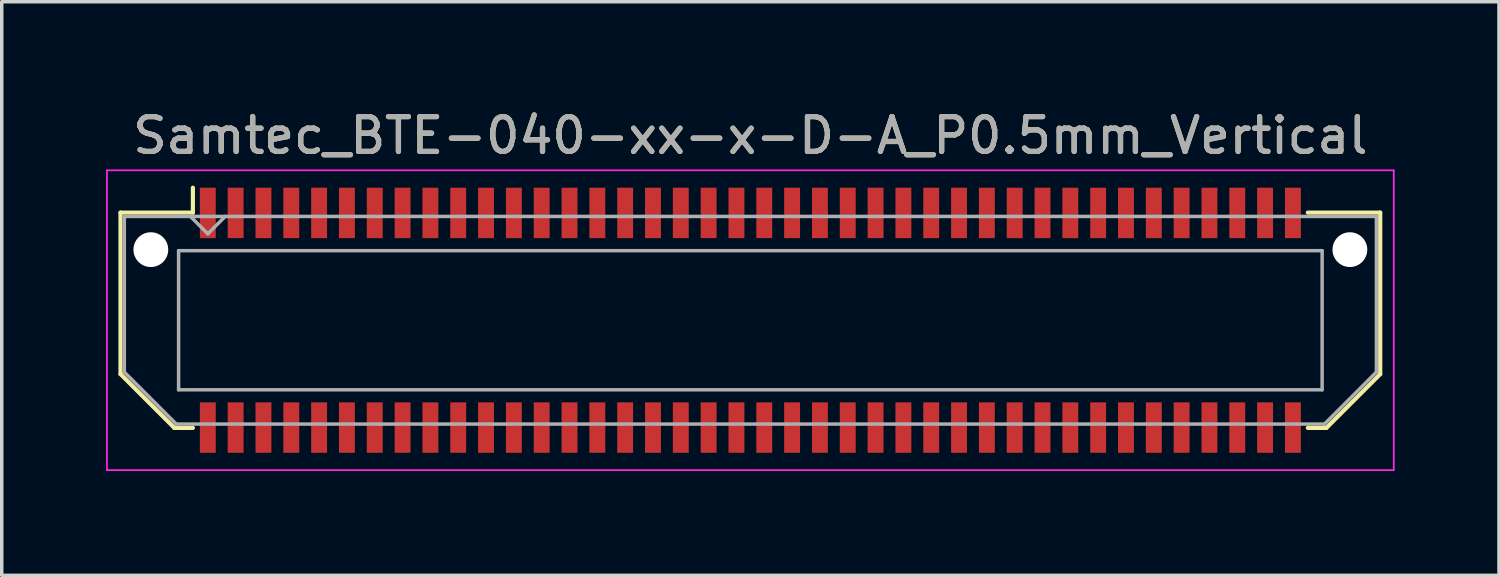
<source format=kicad_pcb>
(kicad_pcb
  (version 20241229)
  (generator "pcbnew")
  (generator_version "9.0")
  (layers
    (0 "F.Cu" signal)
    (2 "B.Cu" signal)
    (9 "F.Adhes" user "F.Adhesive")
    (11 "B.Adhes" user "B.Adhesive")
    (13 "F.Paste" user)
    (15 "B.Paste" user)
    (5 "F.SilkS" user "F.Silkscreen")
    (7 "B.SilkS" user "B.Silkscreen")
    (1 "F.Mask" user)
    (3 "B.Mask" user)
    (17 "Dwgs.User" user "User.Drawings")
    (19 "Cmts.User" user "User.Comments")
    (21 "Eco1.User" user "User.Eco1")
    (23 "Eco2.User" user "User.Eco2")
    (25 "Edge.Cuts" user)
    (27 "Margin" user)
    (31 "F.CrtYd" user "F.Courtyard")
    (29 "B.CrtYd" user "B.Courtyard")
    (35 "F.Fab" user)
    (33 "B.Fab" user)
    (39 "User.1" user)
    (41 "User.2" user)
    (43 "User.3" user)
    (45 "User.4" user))
  (footprint "Samtec_BTE-040-xx-x-D-A_P0.5mm_Vertical"
    (layer "F.Cu")
    (at 18.525 6.158)
    (property "Reference" "Samtec_BTE-040-xx-x-D-A_P0.5mm_Vertical" (at 0 -5.31 0) (layer "F.SilkS") (effects (font (size 1 1) (thickness 0.15))))
    (attr smd)
    (fp_line (start -18.11 -3.095) (end -18.11 1.548) (stroke (width 0.12) (type solid)) (layer "F.SilkS"))
    (fp_line (start -18.11 1.548) (end -16.562 3.095) (stroke (width 0.12) (type solid)) (layer "F.SilkS"))
    (fp_line (start -16.562 3.095) (end -16.029 3.095) (stroke (width 0.12) (type solid)) (layer "F.SilkS"))
    (fp_line (start -16.029 -3.811) (end -16.029 -3.095) (stroke (width 0.12) (type solid)) (layer "F.SilkS"))
    (fp_line (start -16.029 -3.095) (end -18.11 -3.095) (stroke (width 0.12) (type solid)) (layer "F.SilkS"))
    (fp_line (start 16.029 -3.095) (end 18.11 -3.095) (stroke (width 0.12) (type solid)) (layer "F.SilkS"))
    (fp_line (start 16.562 3.095) (end 16.029 3.095) (stroke (width 0.12) (type solid)) (layer "F.SilkS"))
    (fp_line (start 18.11 -3.095) (end 18.11 1.548) (stroke (width 0.12) (type solid)) (layer "F.SilkS"))
    (fp_line (start 18.11 1.548) (end 16.562 3.095) (stroke (width 0.12) (type solid)) (layer "F.SilkS"))
    (fp_line (start -18.5 -4.31) (end -18.5 4.31) (stroke (width 0.05) (type solid)) (layer "F.CrtYd"))
    (fp_line (start -18.5 4.31) (end 18.5 4.31) (stroke (width 0.05) (type solid)) (layer "F.CrtYd"))
    (fp_line (start 18.5 -4.31) (end -18.5 -4.31) (stroke (width 0.05) (type solid)) (layer "F.CrtYd"))
    (fp_line (start 18.5 4.31) (end 18.5 -4.31) (stroke (width 0.05) (type solid)) (layer "F.CrtYd"))
    (fp_line (start -18 -2.985) (end -18 1.492) (stroke (width 0.1) (type solid)) (layer "F.Fab"))
    (fp_line (start -18 -2.985) (end 18 -2.985) (stroke (width 0.1) (type solid)) (layer "F.Fab"))
    (fp_line (start -18 1.492) (end -16.508 2.985) (stroke (width 0.1) (type solid)) (layer "F.Fab"))
    (fp_line (start -16.508 2.985) (end 16.508 2.985) (stroke (width 0.1) (type solid)) (layer "F.Fab"))
    (fp_line (start -16.44 -2) (end -16.44 2) (stroke (width 0.1) (type solid)) (layer "F.Fab"))
    (fp_line (start -16.44 2) (end 16.44 2) (stroke (width 0.1) (type solid)) (layer "F.Fab"))
    (fp_line (start -15.6 -2.485) (end -16.1 -2.985) (stroke (width 0.1) (type solid)) (layer "F.Fab"))
    (fp_line (start -15.1 -2.985) (end -15.6 -2.485) (stroke (width 0.1) (type solid)) (layer "F.Fab"))
    (fp_line (start 16.44 -2) (end -16.44 -2) (stroke (width 0.1) (type solid)) (layer "F.Fab"))
    (fp_line (start 16.44 2) (end 16.44 -2) (stroke (width 0.1) (type solid)) (layer "F.Fab"))
    (fp_line (start 18 -2.985) (end 18 1.492) (stroke (width 0.1) (type solid)) (layer "F.Fab"))
    (fp_line (start 18 1.492) (end 16.508 2.985) (stroke (width 0.1) (type solid)) (layer "F.Fab"))
    (fp_text user "${REFERENCE}" (at 0 -5.31 0) (layer "F.Fab") (effects (font (size 1 1) (thickness 0.15))))
    (pad "" np_thru_hole circle (at -17.238 -2.03) (size 1 1) (drill 1) (layers "*.Cu" "*.Mask"))
    (pad "" np_thru_hole circle (at 17.238 -2.03) (size 1 1) (drill 1) (layers "*.Cu" "*.Mask"))
    (pad "1" smd rect (at -15.6 -3.086) (size 0.457 1.45) (layers "F.Cu" "F.Mask" "F.Paste"))
    (pad "2" smd rect (at -15.6 3.086) (size 0.457 1.45) (layers "F.Cu" "F.Mask" "F.Paste"))
    (pad "3" smd rect (at -14.8 -3.086) (size 0.457 1.45) (layers "F.Cu" "F.Mask" "F.Paste"))
    (pad "4" smd rect (at -14.8 3.086) (size 0.457 1.45) (layers "F.Cu" "F.Mask" "F.Paste"))
    (pad "5" smd rect (at -14 -3.086) (size 0.457 1.45) (layers "F.Cu" "F.Mask" "F.Paste"))
    (pad "6" smd rect (at -14 3.086) (size 0.457 1.45) (layers "F.Cu" "F.Mask" "F.Paste"))
    (pad "7" smd rect (at -13.2 -3.086) (size 0.457 1.45) (layers "F.Cu" "F.Mask" "F.Paste"))
    (pad "8" smd rect (at -13.2 3.086) (size 0.457 1.45) (layers "F.Cu" "F.Mask" "F.Paste"))
    (pad "9" smd rect (at -12.4 -3.086) (size 0.457 1.45) (layers "F.Cu" "F.Mask" "F.Paste"))
    (pad "10" smd rect (at -12.4 3.086) (size 0.457 1.45) (layers "F.Cu" "F.Mask" "F.Paste"))
    (pad "11" smd rect (at -11.6 -3.086) (size 0.457 1.45) (layers "F.Cu" "F.Mask" "F.Paste"))
    (pad "12" smd rect (at -11.6 3.086) (size 0.457 1.45) (layers "F.Cu" "F.Mask" "F.Paste"))
    (pad "13" smd rect (at -10.8 -3.086) (size 0.457 1.45) (layers "F.Cu" "F.Mask" "F.Paste"))
    (pad "14" smd rect (at -10.8 3.086) (size 0.457 1.45) (layers "F.Cu" "F.Mask" "F.Paste"))
    (pad "15" smd rect (at -10 -3.086) (size 0.457 1.45) (layers "F.Cu" "F.Mask" "F.Paste"))
    (pad "16" smd rect (at -10 3.086) (size 0.457 1.45) (layers "F.Cu" "F.Mask" "F.Paste"))
    (pad "17" smd rect (at -9.2 -3.086) (size 0.457 1.45) (layers "F.Cu" "F.Mask" "F.Paste"))
    (pad "18" smd rect (at -9.2 3.086) (size 0.457 1.45) (layers "F.Cu" "F.Mask" "F.Paste"))
    (pad "19" smd rect (at -8.4 -3.086) (size 0.457 1.45) (layers "F.Cu" "F.Mask" "F.Paste"))
    (pad "20" smd rect (at -8.4 3.086) (size 0.457 1.45) (layers "F.Cu" "F.Mask" "F.Paste"))
    (pad "21" smd rect (at -7.6 -3.086) (size 0.457 1.45) (layers "F.Cu" "F.Mask" "F.Paste"))
    (pad "22" smd rect (at -7.6 3.086) (size 0.457 1.45) (layers "F.Cu" "F.Mask" "F.Paste"))
    (pad "23" smd rect (at -6.8 -3.086) (size 0.457 1.45) (layers "F.Cu" "F.Mask" "F.Paste"))
    (pad "24" smd rect (at -6.8 3.086) (size 0.457 1.45) (layers "F.Cu" "F.Mask" "F.Paste"))
    (pad "25" smd rect (at -6 -3.086) (size 0.457 1.45) (layers "F.Cu" "F.Mask" "F.Paste"))
    (pad "26" smd rect (at -6 3.086) (size 0.457 1.45) (layers "F.Cu" "F.Mask" "F.Paste"))
    (pad "27" smd rect (at -5.2 -3.086) (size 0.457 1.45) (layers "F.Cu" "F.Mask" "F.Paste"))
    (pad "28" smd rect (at -5.2 3.086) (size 0.457 1.45) (layers "F.Cu" "F.Mask" "F.Paste"))
    (pad "29" smd rect (at -4.4 -3.086) (size 0.457 1.45) (layers "F.Cu" "F.Mask" "F.Paste"))
    (pad "30" smd rect (at -4.4 3.086) (size 0.457 1.45) (layers "F.Cu" "F.Mask" "F.Paste"))
    (pad "31" smd rect (at -3.6 -3.086) (size 0.457 1.45) (layers "F.Cu" "F.Mask" "F.Paste"))
    (pad "32" smd rect (at -3.6 3.086) (size 0.457 1.45) (layers "F.Cu" "F.Mask" "F.Paste"))
    (pad "33" smd rect (at -2.8 -3.086) (size 0.457 1.45) (layers "F.Cu" "F.Mask" "F.Paste"))
    (pad "34" smd rect (at -2.8 3.086) (size 0.457 1.45) (layers "F.Cu" "F.Mask" "F.Paste"))
    (pad "35" smd rect (at -2 -3.086) (size 0.457 1.45) (layers "F.Cu" "F.Mask" "F.Paste"))
    (pad "36" smd rect (at -2 3.086) (size 0.457 1.45) (layers "F.Cu" "F.Mask" "F.Paste"))
    (pad "37" smd rect (at -1.2 -3.086) (size 0.457 1.45) (layers "F.Cu" "F.Mask" "F.Paste"))
    (pad "38" smd rect (at -1.2 3.086) (size 0.457 1.45) (layers "F.Cu" "F.Mask" "F.Paste"))
    (pad "39" smd rect (at -0.4 -3.086) (size 0.457 1.45) (layers "F.Cu" "F.Mask" "F.Paste"))
    (pad "40" smd rect (at -0.4 3.086) (size 0.457 1.45) (layers "F.Cu" "F.Mask" "F.Paste"))
    (pad "41" smd rect (at 0.4 -3.086) (size 0.457 1.45) (layers "F.Cu" "F.Mask" "F.Paste"))
    (pad "42" smd rect (at 0.4 3.086) (size 0.457 1.45) (layers "F.Cu" "F.Mask" "F.Paste"))
    (pad "43" smd rect (at 1.2 -3.086) (size 0.457 1.45) (layers "F.Cu" "F.Mask" "F.Paste"))
    (pad "44" smd rect (at 1.2 3.086) (size 0.457 1.45) (layers "F.Cu" "F.Mask" "F.Paste"))
    (pad "45" smd rect (at 2 -3.086) (size 0.457 1.45) (layers "F.Cu" "F.Mask" "F.Paste"))
    (pad "46" smd rect (at 2 3.086) (size 0.457 1.45) (layers "F.Cu" "F.Mask" "F.Paste"))
    (pad "47" smd rect (at 2.8 -3.086) (size 0.457 1.45) (layers "F.Cu" "F.Mask" "F.Paste"))
    (pad "48" smd rect (at 2.8 3.086) (size 0.457 1.45) (layers "F.Cu" "F.Mask" "F.Paste"))
    (pad "49" smd rect (at 3.6 -3.086) (size 0.457 1.45) (layers "F.Cu" "F.Mask" "F.Paste"))
    (pad "50" smd rect (at 3.6 3.086) (size 0.457 1.45) (layers "F.Cu" "F.Mask" "F.Paste"))
    (pad "51" smd rect (at 4.4 -3.086) (size 0.457 1.45) (layers "F.Cu" "F.Mask" "F.Paste"))
    (pad "52" smd rect (at 4.4 3.086) (size 0.457 1.45) (layers "F.Cu" "F.Mask" "F.Paste"))
    (pad "53" smd rect (at 5.2 -3.086) (size 0.457 1.45) (layers "F.Cu" "F.Mask" "F.Paste"))
    (pad "54" smd rect (at 5.2 3.086) (size 0.457 1.45) (layers "F.Cu" "F.Mask" "F.Paste"))
    (pad "55" smd rect (at 6 -3.086) (size 0.457 1.45) (layers "F.Cu" "F.Mask" "F.Paste"))
    (pad "56" smd rect (at 6 3.086) (size 0.457 1.45) (layers "F.Cu" "F.Mask" "F.Paste"))
    (pad "57" smd rect (at 6.8 -3.086) (size 0.457 1.45) (layers "F.Cu" "F.Mask" "F.Paste"))
    (pad "58" smd rect (at 6.8 3.086) (size 0.457 1.45) (layers "F.Cu" "F.Mask" "F.Paste"))
    (pad "59" smd rect (at 7.6 -3.086) (size 0.457 1.45) (layers "F.Cu" "F.Mask" "F.Paste"))
    (pad "60" smd rect (at 7.6 3.086) (size 0.457 1.45) (layers "F.Cu" "F.Mask" "F.Paste"))
    (pad "61" smd rect (at 8.4 -3.086) (size 0.457 1.45) (layers "F.Cu" "F.Mask" "F.Paste"))
    (pad "62" smd rect (at 8.4 3.086) (size 0.457 1.45) (layers "F.Cu" "F.Mask" "F.Paste"))
    (pad "63" smd rect (at 9.2 -3.086) (size 0.457 1.45) (layers "F.Cu" "F.Mask" "F.Paste"))
    (pad "64" smd rect (at 9.2 3.086) (size 0.457 1.45) (layers "F.Cu" "F.Mask" "F.Paste"))
    (pad "65" smd rect (at 10 -3.086) (size 0.457 1.45) (layers "F.Cu" "F.Mask" "F.Paste"))
    (pad "66" smd rect (at 10 3.086) (size 0.457 1.45) (layers "F.Cu" "F.Mask" "F.Paste"))
    (pad "67" smd rect (at 10.8 -3.086) (size 0.457 1.45) (layers "F.Cu" "F.Mask" "F.Paste"))
    (pad "68" smd rect (at 10.8 3.086) (size 0.457 1.45) (layers "F.Cu" "F.Mask" "F.Paste"))
    (pad "69" smd rect (at 11.6 -3.086) (size 0.457 1.45) (layers "F.Cu" "F.Mask" "F.Paste"))
    (pad "70" smd rect (at 11.6 3.086) (size 0.457 1.45) (layers "F.Cu" "F.Mask" "F.Paste"))
    (pad "71" smd rect (at 12.4 -3.086) (size 0.457 1.45) (layers "F.Cu" "F.Mask" "F.Paste"))
    (pad "72" smd rect (at 12.4 3.086) (size 0.457 1.45) (layers "F.Cu" "F.Mask" "F.Paste"))
    (pad "73" smd rect (at 13.2 -3.086) (size 0.457 1.45) (layers "F.Cu" "F.Mask" "F.Paste"))
    (pad "74" smd rect (at 13.2 3.086) (size 0.457 1.45) (layers "F.Cu" "F.Mask" "F.Paste"))
    (pad "75" smd rect (at 14 -3.086) (size 0.457 1.45) (layers "F.Cu" "F.Mask" "F.Paste"))
    (pad "76" smd rect (at 14 3.086) (size 0.457 1.45) (layers "F.Cu" "F.Mask" "F.Paste"))
    (pad "77" smd rect (at 14.8 -3.086) (size 0.457 1.45) (layers "F.Cu" "F.Mask" "F.Paste"))
    (pad "78" smd rect (at 14.8 3.086) (size 0.457 1.45) (layers "F.Cu" "F.Mask" "F.Paste"))
    (pad "79" smd rect (at 15.6 -3.086) (size 0.457 1.45) (layers "F.Cu" "F.Mask" "F.Paste"))
    (pad "80" smd rect (at 15.6 3.086) (size 0.457 1.45) (layers "F.Cu" "F.Mask" "F.Paste")))
  (gr_rect
    (start -3 -3)
    (end 40.05 13.493)
    (stroke (width 0.1) (type default))
    (fill no)
    (layer "Edge.Cuts")))
</source>
